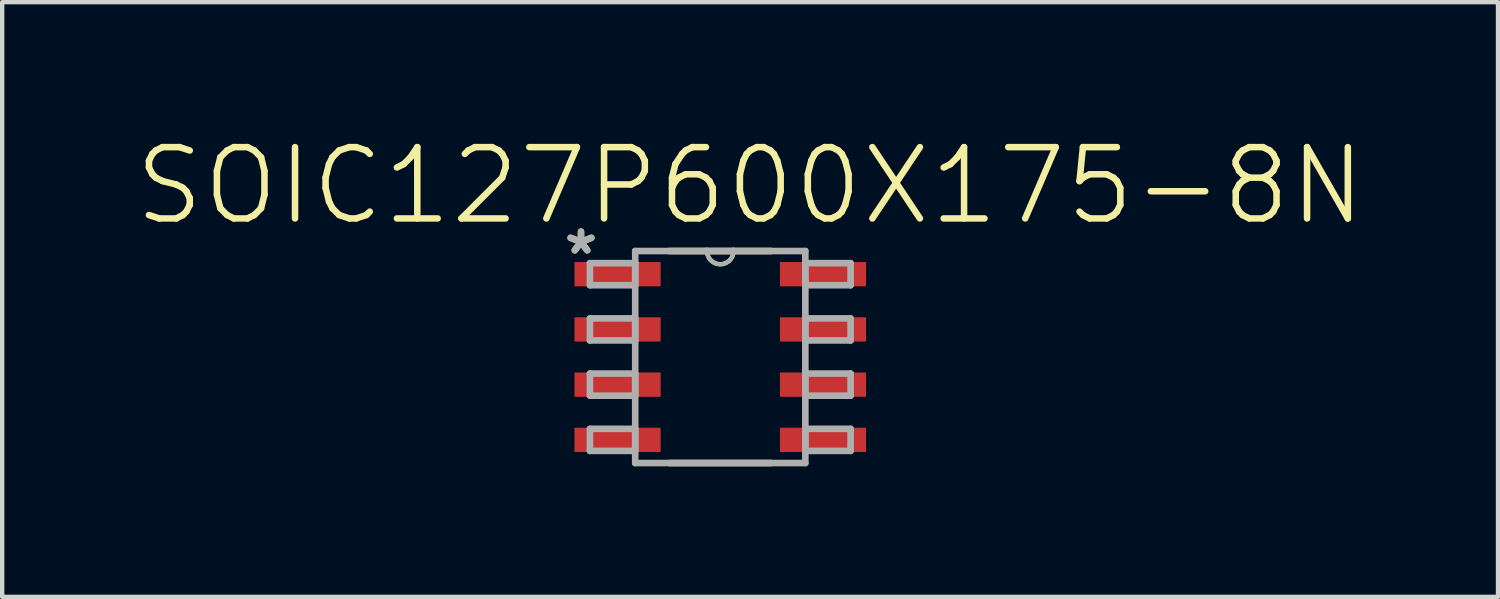
<source format=kicad_pcb>
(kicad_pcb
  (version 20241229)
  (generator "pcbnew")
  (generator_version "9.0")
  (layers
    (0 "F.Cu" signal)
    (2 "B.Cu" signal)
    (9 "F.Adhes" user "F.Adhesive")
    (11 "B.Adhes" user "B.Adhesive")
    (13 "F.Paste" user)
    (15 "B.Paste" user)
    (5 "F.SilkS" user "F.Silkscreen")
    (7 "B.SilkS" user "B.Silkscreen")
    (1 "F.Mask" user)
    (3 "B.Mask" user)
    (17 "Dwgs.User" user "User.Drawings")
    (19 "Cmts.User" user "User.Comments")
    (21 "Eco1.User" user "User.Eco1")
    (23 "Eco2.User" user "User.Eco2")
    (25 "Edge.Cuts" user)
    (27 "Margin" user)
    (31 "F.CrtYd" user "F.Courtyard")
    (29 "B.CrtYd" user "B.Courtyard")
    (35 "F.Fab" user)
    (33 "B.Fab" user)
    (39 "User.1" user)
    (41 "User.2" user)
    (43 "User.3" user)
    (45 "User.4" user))
  (footprint "SOIC127P600X175-8N"
    (layer "F.Cu")
    (at 13.513 5.16)
    (property "Reference" "SOIC127P600X175-8N" (at 0.686 -3.938 0) (layer "F.SilkS") (effects (font (size 1.64 1.64) (thickness 0.15))))
    (attr smd)
    (fp_line (start -1.168 2.438) (end 1.168 2.438) (stroke (width 0.152) (type solid)) (layer "F.SilkS"))
    (fp_line (start -0.305 -2.438) (end -1.168 -2.438) (stroke (width 0.152) (type solid)) (layer "F.SilkS"))
    (fp_line (start 0.305 -2.438) (end -0.305 -2.438) (stroke (width 0.152) (type solid)) (layer "F.SilkS"))
    (fp_line (start 1.168 -2.438) (end 0.305 -2.438) (stroke (width 0.152) (type solid)) (layer "F.SilkS"))
    (fp_arc (start 0.3048 -2.4384) (mid 0 -2.1336) (end -0.3048 -2.4384) (stroke (width 0.1) (type solid)) (layer "F.SilkS"))
    (fp_line (start -2.997 -2.159) (end -2.997 -1.651) (stroke (width 0.152) (type solid)) (layer "F.Fab"))
    (fp_line (start -2.997 -1.651) (end -1.956 -1.651) (stroke (width 0.152) (type solid)) (layer "F.Fab"))
    (fp_line (start -2.997 -0.889) (end -2.997 -0.381) (stroke (width 0.152) (type solid)) (layer "F.Fab"))
    (fp_line (start -2.997 -0.381) (end -1.956 -0.381) (stroke (width 0.152) (type solid)) (layer "F.Fab"))
    (fp_line (start -2.997 0.381) (end -2.997 0.889) (stroke (width 0.152) (type solid)) (layer "F.Fab"))
    (fp_line (start -2.997 0.889) (end -1.956 0.889) (stroke (width 0.152) (type solid)) (layer "F.Fab"))
    (fp_line (start -2.997 1.651) (end -2.997 2.159) (stroke (width 0.152) (type solid)) (layer "F.Fab"))
    (fp_line (start -2.997 2.159) (end -1.956 2.159) (stroke (width 0.152) (type solid)) (layer "F.Fab"))
    (fp_line (start -1.956 -2.438) (end -1.956 2.438) (stroke (width 0.152) (type solid)) (layer "F.Fab"))
    (fp_line (start -1.956 -2.159) (end -2.997 -2.159) (stroke (width 0.152) (type solid)) (layer "F.Fab"))
    (fp_line (start -1.956 -1.651) (end -1.956 -2.159) (stroke (width 0.152) (type solid)) (layer "F.Fab"))
    (fp_line (start -1.956 -0.889) (end -2.997 -0.889) (stroke (width 0.152) (type solid)) (layer "F.Fab"))
    (fp_line (start -1.956 -0.381) (end -1.956 -0.889) (stroke (width 0.152) (type solid)) (layer "F.Fab"))
    (fp_line (start -1.956 0.381) (end -2.997 0.381) (stroke (width 0.152) (type solid)) (layer "F.Fab"))
    (fp_line (start -1.956 0.889) (end -1.956 0.381) (stroke (width 0.152) (type solid)) (layer "F.Fab"))
    (fp_line (start -1.956 1.651) (end -2.997 1.651) (stroke (width 0.152) (type solid)) (layer "F.Fab"))
    (fp_line (start -1.956 2.159) (end -1.956 1.651) (stroke (width 0.152) (type solid)) (layer "F.Fab"))
    (fp_line (start -1.956 2.438) (end 1.956 2.438) (stroke (width 0.152) (type solid)) (layer "F.Fab"))
    (fp_line (start -0.305 -2.438) (end -1.956 -2.438) (stroke (width 0.152) (type solid)) (layer "F.Fab"))
    (fp_line (start 0.305 -2.438) (end -0.305 -2.438) (stroke (width 0.152) (type solid)) (layer "F.Fab"))
    (fp_line (start 1.956 -2.438) (end 0.305 -2.438) (stroke (width 0.152) (type solid)) (layer "F.Fab"))
    (fp_line (start 1.956 -2.159) (end 1.956 -1.651) (stroke (width 0.152) (type solid)) (layer "F.Fab"))
    (fp_line (start 1.956 -1.651) (end 2.997 -1.651) (stroke (width 0.152) (type solid)) (layer "F.Fab"))
    (fp_line (start 1.956 -0.889) (end 1.956 -0.381) (stroke (width 0.152) (type solid)) (layer "F.Fab"))
    (fp_line (start 1.956 -0.381) (end 2.997 -0.381) (stroke (width 0.152) (type solid)) (layer "F.Fab"))
    (fp_line (start 1.956 0.381) (end 1.956 0.889) (stroke (width 0.152) (type solid)) (layer "F.Fab"))
    (fp_line (start 1.956 0.889) (end 2.997 0.889) (stroke (width 0.152) (type solid)) (layer "F.Fab"))
    (fp_line (start 1.956 1.651) (end 1.956 2.159) (stroke (width 0.152) (type solid)) (layer "F.Fab"))
    (fp_line (start 1.956 2.159) (end 2.997 2.159) (stroke (width 0.152) (type solid)) (layer "F.Fab"))
    (fp_line (start 1.956 2.438) (end 1.956 -2.438) (stroke (width 0.152) (type solid)) (layer "F.Fab"))
    (fp_line (start 2.997 -2.159) (end 1.956 -2.159) (stroke (width 0.152) (type solid)) (layer "F.Fab"))
    (fp_line (start 2.997 -1.651) (end 2.997 -2.159) (stroke (width 0.152) (type solid)) (layer "F.Fab"))
    (fp_line (start 2.997 -0.889) (end 1.956 -0.889) (stroke (width 0.152) (type solid)) (layer "F.Fab"))
    (fp_line (start 2.997 -0.381) (end 2.997 -0.889) (stroke (width 0.152) (type solid)) (layer "F.Fab"))
    (fp_line (start 2.997 0.381) (end 1.956 0.381) (stroke (width 0.152) (type solid)) (layer "F.Fab"))
    (fp_line (start 2.997 0.889) (end 2.997 0.381) (stroke (width 0.152) (type solid)) (layer "F.Fab"))
    (fp_line (start 2.997 1.651) (end 1.956 1.651) (stroke (width 0.152) (type solid)) (layer "F.Fab"))
    (fp_line (start 2.997 2.159) (end 2.997 1.651) (stroke (width 0.152) (type solid)) (layer "F.Fab"))
    (fp_arc (start 0.3048 -2.4384) (mid 0 -2.1336) (end -0.3048 -2.4384) (stroke (width 0.1) (type solid)) (layer "F.Fab"))
    (fp_text user "*" (at -3.204 -2.339 0) (layer "F.SilkS") (effects (font (size 1.001 1.001) (thickness 0.15))))
    (fp_text user "*" (at -3.201 -2.337 0) (layer "F.Fab") (effects (font (size 1 1) (thickness 0.15))))
    (pad "1" smd rect (at -2.362 -1.905) (size 1.981 0.559) (layers "F.Cu" "F.Mask" "F.Paste"))
    (pad "2" smd rect (at -2.362 -0.635) (size 1.981 0.559) (layers "F.Cu" "F.Mask" "F.Paste"))
    (pad "3" smd rect (at -2.362 0.635) (size 1.981 0.559) (layers "F.Cu" "F.Mask" "F.Paste"))
    (pad "4" smd rect (at -2.362 1.905) (size 1.981 0.559) (layers "F.Cu" "F.Mask" "F.Paste"))
    (pad "5" smd rect (at 2.362 1.905) (size 1.981 0.559) (layers "F.Cu" "F.Mask" "F.Paste"))
    (pad "6" smd rect (at 2.362 0.635) (size 1.981 0.559) (layers "F.Cu" "F.Mask" "F.Paste"))
    (pad "7" smd rect (at 2.362 -0.635) (size 1.981 0.559) (layers "F.Cu" "F.Mask" "F.Paste"))
    (pad "8" smd rect (at 2.362 -1.905) (size 1.981 0.559) (layers "F.Cu" "F.Mask" "F.Paste")))
  (gr_rect
    (start -3 -3)
    (end 31.397 10.675)
    (stroke (width 0.1) (type default))
    (fill no)
    (layer "Edge.Cuts")))
</source>
